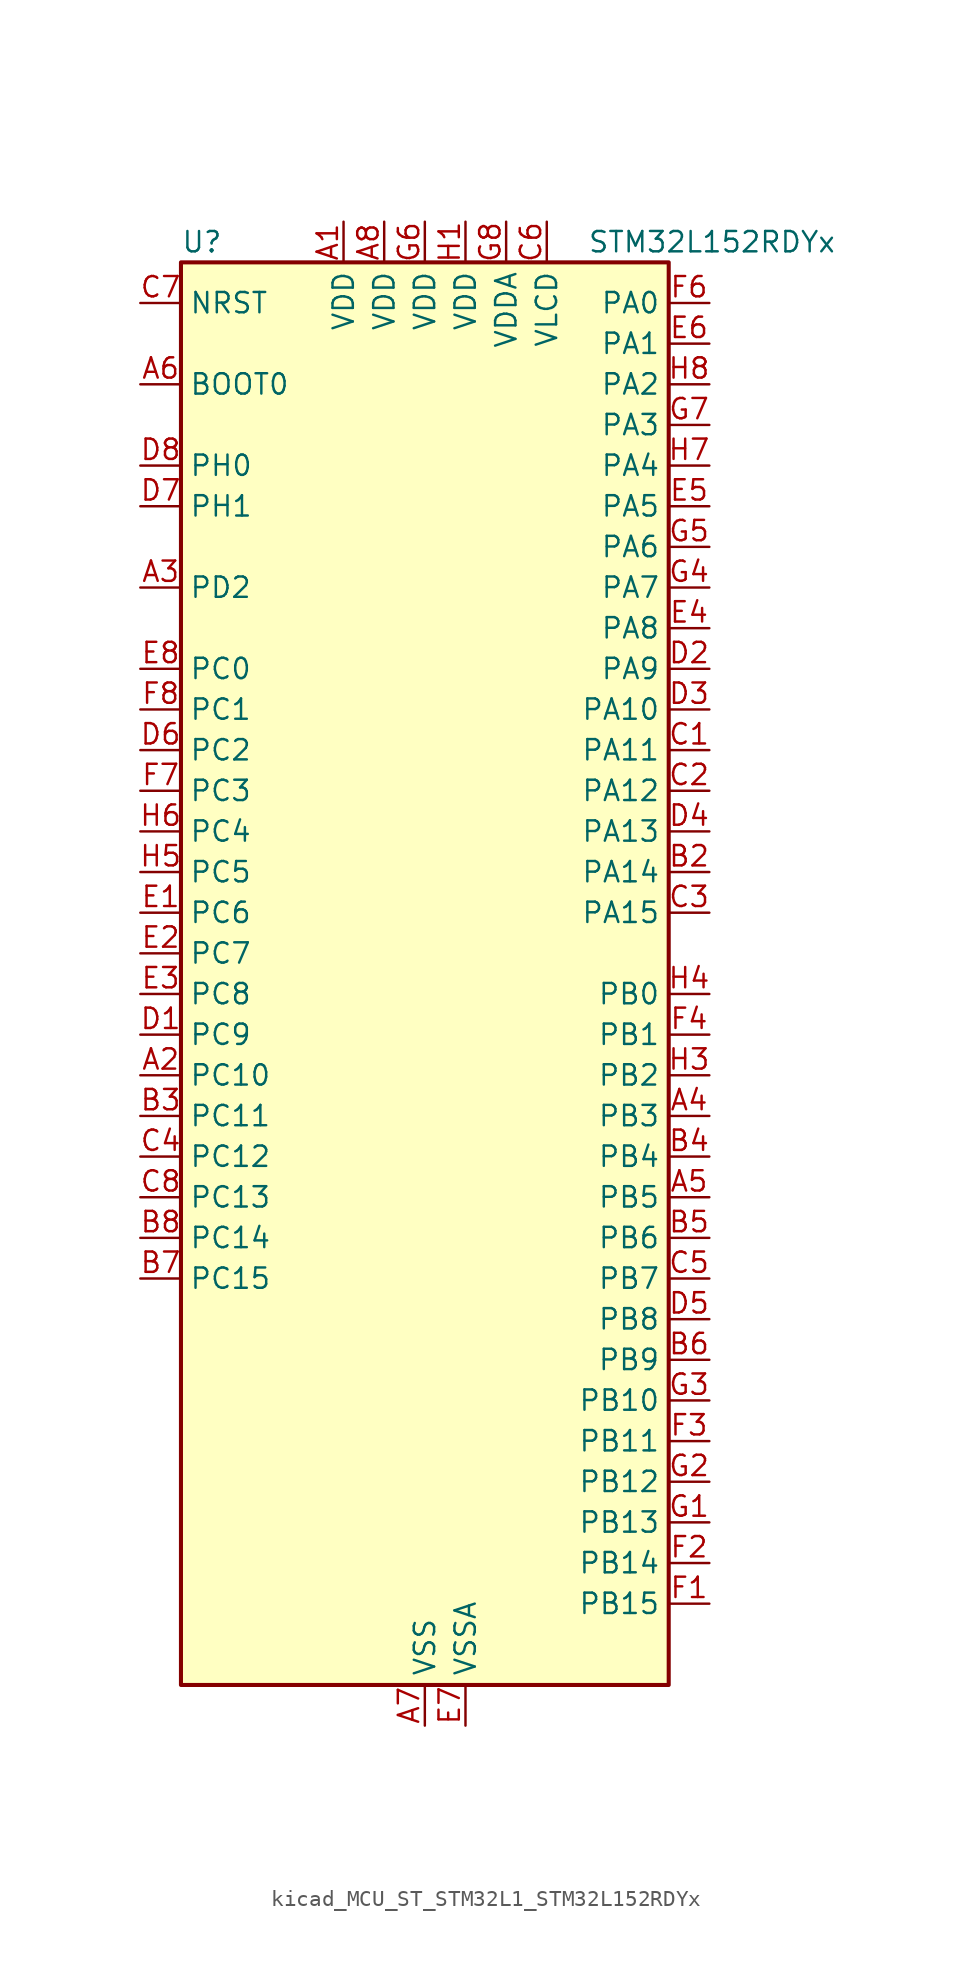
<source format=kicad_sym>
(kicad_symbol_lib
  (version 20220914)
  (generator kicad_symbol_editor)
  (symbol "kicad_MCU_ST_STM32L1_STM32L152RDYx"
    (property "Reference" "U"
      (at -15.24 46.99 0)
      (effects (font (size 1.27 1.27)) (justify left)))
    (property "Value" "STM32L152RDYx"
      (at 10.16 46.99 0)
      (effects (font (size 1.27 1.27)) (justify left)))
    (property "ki_locked" ""
      (at 0 0 0)
      (effects (font (size 1.27 1.27))))
    (symbol "kicad_MCU_ST_STM32L1_STM32L152RDYx_0_1"
      (rectangle (start -15.24 -43.18) (end 15.24 45.72) (stroke (width 0.254) (type default)) (fill (type background))))
    (symbol "kicad_MCU_ST_STM32L1_STM32L152RDYx_1_1"
      (pin power_in line (at -5.08 48.26 270) (length 2.54) (name "VDD" (effects (font (size 1.27 1.27)))) (number "A1" (effects (font (size 1.27 1.27)))))
      (pin bidirectional line (at -17.78 -5.08 0) (length 2.54) (name "PC10" (effects (font (size 1.27 1.27)))) (number "A2" (effects (font (size 1.27 1.27)))) (alternate "I2S3_CK" bidirectional line) (alternate "LCD_COM4" bidirectional line) (alternate "LCD_SEG28" bidirectional line) (alternate "LCD_SEG40" bidirectional line) (alternate "SDIO_D2" bidirectional line) (alternate "SPI3_SCK" bidirectional line) (alternate "TIMX_IC3" bidirectional line) (alternate "UART4_TX" bidirectional line) (alternate "USART3_TX" bidirectional line))
      (pin bidirectional line (at -17.78 25.4 0) (length 2.54) (name "PD2" (effects (font (size 1.27 1.27)))) (number "A3" (effects (font (size 1.27 1.27)))) (alternate "LCD_COM7" bidirectional line) (alternate "LCD_SEG31" bidirectional line) (alternate "LCD_SEG43" bidirectional line) (alternate "SDIO_CMD" bidirectional line) (alternate "TIM3_ETR" bidirectional line) (alternate "TIMX_IC3" bidirectional line) (alternate "UART5_RX" bidirectional line))
      (pin bidirectional line (at 17.78 -7.62 180) (length 2.54) (name "PB3" (effects (font (size 1.27 1.27)))) (number "A4" (effects (font (size 1.27 1.27)))) (alternate "COMP2_INM" bidirectional line) (alternate "I2S3_CK" bidirectional line) (alternate "LCD_SEG7" bidirectional line) (alternate "SPI1_SCK" bidirectional line) (alternate "SPI3_SCK" bidirectional line) (alternate "SYS_JTDO-TRACESWO" bidirectional line) (alternate "TIM2_CH2" bidirectional line))
      (pin bidirectional line (at 17.78 -12.7 180) (length 2.54) (name "PB5" (effects (font (size 1.27 1.27)))) (number "A5" (effects (font (size 1.27 1.27)))) (alternate "COMP2_INP" bidirectional line) (alternate "I2C1_SMBA" bidirectional line) (alternate "I2S3_SD" bidirectional line) (alternate "LCD_SEG9" bidirectional line) (alternate "SPI1_MOSI" bidirectional line) (alternate "SPI3_MOSI" bidirectional line) (alternate "TIM3_CH2" bidirectional line) (alternate "TS_G6_IO2" bidirectional line))
      (pin input line (at -17.78 38.1 0) (length 2.54) (name "BOOT0" (effects (font (size 1.27 1.27)))) (number "A6" (effects (font (size 1.27 1.27)))))
      (pin power_in line (at 0 -45.72 90) (length 2.54) (name "VSS" (effects (font (size 1.27 1.27)))) (number "A7" (effects (font (size 1.27 1.27)))))
      (pin power_in line (at -2.54 48.26 270) (length 2.54) (name "VDD" (effects (font (size 1.27 1.27)))) (number "A8" (effects (font (size 1.27 1.27)))))
      (pin passive line (at 0 -45.72 90) (length 2.54) hide (name "VSS" (effects (font (size 1.27 1.27)))) (number "B1" (effects (font (size 1.27 1.27)))))
      (pin bidirectional line (at 17.78 7.62 180) (length 2.54) (name "PA14" (effects (font (size 1.27 1.27)))) (number "B2" (effects (font (size 1.27 1.27)))) (alternate "SYS_JTCK-SWCLK" bidirectional line) (alternate "TIMX_IC3" bidirectional line) (alternate "TS_G5_IO2" bidirectional line))
      (pin bidirectional line (at -17.78 -7.62 0) (length 2.54) (name "PC11" (effects (font (size 1.27 1.27)))) (number "B3" (effects (font (size 1.27 1.27)))) (alternate "ADC_EXTI11" bidirectional line) (alternate "LCD_COM5" bidirectional line) (alternate "LCD_SEG29" bidirectional line) (alternate "LCD_SEG41" bidirectional line) (alternate "SDIO_D3" bidirectional line) (alternate "SPI3_MISO" bidirectional line) (alternate "TIMX_IC4" bidirectional line) (alternate "UART4_RX" bidirectional line) (alternate "USART3_RX" bidirectional line))
      (pin bidirectional line (at 17.78 -10.16 180) (length 2.54) (name "PB4" (effects (font (size 1.27 1.27)))) (number "B4" (effects (font (size 1.27 1.27)))) (alternate "COMP2_INP" bidirectional line) (alternate "LCD_SEG8" bidirectional line) (alternate "SPI1_MISO" bidirectional line) (alternate "SPI3_MISO" bidirectional line) (alternate "SYS_JTRST" bidirectional line) (alternate "TIM3_CH1" bidirectional line) (alternate "TS_G6_IO1" bidirectional line))
      (pin bidirectional line (at 17.78 -15.24 180) (length 2.54) (name "PB6" (effects (font (size 1.27 1.27)))) (number "B5" (effects (font (size 1.27 1.27)))) (alternate "COMP2_INP" bidirectional line) (alternate "I2C1_SCL" bidirectional line) (alternate "TIM4_CH1" bidirectional line) (alternate "TS_G6_IO3" bidirectional line) (alternate "USART1_TX" bidirectional line))
      (pin bidirectional line (at 17.78 -22.86 180) (length 2.54) (name "PB9" (effects (font (size 1.27 1.27)))) (number "B6" (effects (font (size 1.27 1.27)))) (alternate "DAC_EXTI9" bidirectional line) (alternate "I2C1_SDA" bidirectional line) (alternate "LCD_COM3" bidirectional line) (alternate "SDIO_D5" bidirectional line) (alternate "TIM11_CH1" bidirectional line) (alternate "TIM4_CH4" bidirectional line))
      (pin bidirectional line (at -17.78 -17.78 0) (length 2.54) (name "PC15" (effects (font (size 1.27 1.27)))) (number "B7" (effects (font (size 1.27 1.27)))) (alternate "ADC_EXTI15" bidirectional line) (alternate "RCC_OSC32_OUT" bidirectional line) (alternate "TIMX_IC4" bidirectional line))
      (pin bidirectional line (at -17.78 -15.24 0) (length 2.54) (name "PC14" (effects (font (size 1.27 1.27)))) (number "B8" (effects (font (size 1.27 1.27)))) (alternate "RCC_OSC32_IN" bidirectional line) (alternate "TIMX_IC3" bidirectional line))
      (pin bidirectional line (at 17.78 15.24 180) (length 2.54) (name "PA11" (effects (font (size 1.27 1.27)))) (number "C1" (effects (font (size 1.27 1.27)))) (alternate "ADC_EXTI11" bidirectional line) (alternate "SPI1_MISO" bidirectional line) (alternate "TIMX_IC4" bidirectional line) (alternate "USART1_CTS" bidirectional line) (alternate "USB_DM" bidirectional line))
      (pin bidirectional line (at 17.78 12.7 180) (length 2.54) (name "PA12" (effects (font (size 1.27 1.27)))) (number "C2" (effects (font (size 1.27 1.27)))) (alternate "SPI1_MOSI" bidirectional line) (alternate "TIMX_IC1" bidirectional line) (alternate "USART1_RTS" bidirectional line) (alternate "USB_DP" bidirectional line))
      (pin bidirectional line (at 17.78 5.08 180) (length 2.54) (name "PA15" (effects (font (size 1.27 1.27)))) (number "C3" (effects (font (size 1.27 1.27)))) (alternate "ADC_EXTI15" bidirectional line) (alternate "I2S3_WS" bidirectional line) (alternate "LCD_SEG17" bidirectional line) (alternate "SPI1_NSS" bidirectional line) (alternate "SPI3_NSS" bidirectional line) (alternate "SYS_JTDI" bidirectional line) (alternate "TIM2_CH1" bidirectional line) (alternate "TIM2_ETR" bidirectional line) (alternate "TIMX_IC4" bidirectional line) (alternate "TS_G5_IO3" bidirectional line))
      (pin bidirectional line (at -17.78 -10.16 0) (length 2.54) (name "PC12" (effects (font (size 1.27 1.27)))) (number "C4" (effects (font (size 1.27 1.27)))) (alternate "I2S3_SD" bidirectional line) (alternate "LCD_COM6" bidirectional line) (alternate "LCD_SEG30" bidirectional line) (alternate "LCD_SEG42" bidirectional line) (alternate "SDIO_CK" bidirectional line) (alternate "SPI3_MOSI" bidirectional line) (alternate "TIMX_IC1" bidirectional line) (alternate "UART5_TX" bidirectional line) (alternate "USART3_CK" bidirectional line))
      (pin bidirectional line (at 17.78 -17.78 180) (length 2.54) (name "PB7" (effects (font (size 1.27 1.27)))) (number "C5" (effects (font (size 1.27 1.27)))) (alternate "COMP2_INP" bidirectional line) (alternate "I2C1_SDA" bidirectional line) (alternate "SYS_PVD_IN" bidirectional line) (alternate "TIM4_CH2" bidirectional line) (alternate "TS_G6_IO4" bidirectional line) (alternate "USART1_RX" bidirectional line))
      (pin power_in line (at 7.62 48.26 270) (length 2.54) (name "VLCD" (effects (font (size 1.27 1.27)))) (number "C6" (effects (font (size 1.27 1.27)))))
      (pin input line (at -17.78 43.18 0) (length 2.54) (name "NRST" (effects (font (size 1.27 1.27)))) (number "C7" (effects (font (size 1.27 1.27)))))
      (pin bidirectional line (at -17.78 -12.7 0) (length 2.54) (name "PC13" (effects (font (size 1.27 1.27)))) (number "C8" (effects (font (size 1.27 1.27)))) (alternate "RTC_OUT_ALARM" bidirectional line) (alternate "RTC_OUT_CALIB" bidirectional line) (alternate "RTC_TAMP1" bidirectional line) (alternate "RTC_TS" bidirectional line) (alternate "SYS_WKUP2" bidirectional line) (alternate "TIMX_IC2" bidirectional line))
      (pin bidirectional line (at -17.78 -2.54 0) (length 2.54) (name "PC9" (effects (font (size 1.27 1.27)))) (number "D1" (effects (font (size 1.27 1.27)))) (alternate "DAC_EXTI9" bidirectional line) (alternate "LCD_SEG27" bidirectional line) (alternate "SDIO_D1" bidirectional line) (alternate "TIM3_CH4" bidirectional line) (alternate "TIMX_IC2" bidirectional line) (alternate "TS_G10_IO4" bidirectional line))
      (pin bidirectional line (at 17.78 20.32 180) (length 2.54) (name "PA9" (effects (font (size 1.27 1.27)))) (number "D2" (effects (font (size 1.27 1.27)))) (alternate "DAC_EXTI9" bidirectional line) (alternate "LCD_COM1" bidirectional line) (alternate "TIMX_IC2" bidirectional line) (alternate "TS_G4_IO2" bidirectional line) (alternate "USART1_TX" bidirectional line))
      (pin bidirectional line (at 17.78 17.78 180) (length 2.54) (name "PA10" (effects (font (size 1.27 1.27)))) (number "D3" (effects (font (size 1.27 1.27)))) (alternate "LCD_COM2" bidirectional line) (alternate "TIMX_IC3" bidirectional line) (alternate "TS_G4_IO3" bidirectional line) (alternate "USART1_RX" bidirectional line))
      (pin bidirectional line (at 17.78 10.16 180) (length 2.54) (name "PA13" (effects (font (size 1.27 1.27)))) (number "D4" (effects (font (size 1.27 1.27)))) (alternate "SYS_JTMS-SWDIO" bidirectional line) (alternate "TIMX_IC2" bidirectional line) (alternate "TS_G5_IO1" bidirectional line))
      (pin bidirectional line (at 17.78 -20.32 180) (length 2.54) (name "PB8" (effects (font (size 1.27 1.27)))) (number "D5" (effects (font (size 1.27 1.27)))) (alternate "I2C1_SCL" bidirectional line) (alternate "LCD_SEG16" bidirectional line) (alternate "SDIO_D4" bidirectional line) (alternate "TIM10_CH1" bidirectional line) (alternate "TIM4_CH3" bidirectional line))
      (pin bidirectional line (at -17.78 15.24 0) (length 2.54) (name "PC2" (effects (font (size 1.27 1.27)))) (number "D6" (effects (font (size 1.27 1.27)))) (alternate "ADC_IN12" bidirectional line) (alternate "COMP1_INP" bidirectional line) (alternate "LCD_SEG20" bidirectional line) (alternate "OPAMP3_VINM" bidirectional line) (alternate "TIMX_IC3" bidirectional line) (alternate "TS_G8_IO3" bidirectional line))
      (pin bidirectional line (at -17.78 30.48 0) (length 2.54) (name "PH1" (effects (font (size 1.27 1.27)))) (number "D7" (effects (font (size 1.27 1.27)))) (alternate "RCC_OSC_OUT" bidirectional line))
      (pin bidirectional line (at -17.78 33.02 0) (length 2.54) (name "PH0" (effects (font (size 1.27 1.27)))) (number "D8" (effects (font (size 1.27 1.27)))) (alternate "RCC_OSC_IN" bidirectional line))
      (pin bidirectional line (at -17.78 5.08 0) (length 2.54) (name "PC6" (effects (font (size 1.27 1.27)))) (number "E1" (effects (font (size 1.27 1.27)))) (alternate "I2S2_MCK" bidirectional line) (alternate "LCD_SEG24" bidirectional line) (alternate "SDIO_D6" bidirectional line) (alternate "TIM3_CH1" bidirectional line) (alternate "TIMX_IC3" bidirectional line) (alternate "TS_G10_IO1" bidirectional line))
      (pin bidirectional line (at -17.78 2.54 0) (length 2.54) (name "PC7" (effects (font (size 1.27 1.27)))) (number "E2" (effects (font (size 1.27 1.27)))) (alternate "I2S3_MCK" bidirectional line) (alternate "LCD_SEG25" bidirectional line) (alternate "SDIO_D7" bidirectional line) (alternate "TIM3_CH2" bidirectional line) (alternate "TIMX_IC4" bidirectional line) (alternate "TS_G10_IO2" bidirectional line))
      (pin bidirectional line (at -17.78 0 0) (length 2.54) (name "PC8" (effects (font (size 1.27 1.27)))) (number "E3" (effects (font (size 1.27 1.27)))) (alternate "LCD_SEG26" bidirectional line) (alternate "SDIO_D0" bidirectional line) (alternate "TIM3_CH3" bidirectional line) (alternate "TIMX_IC1" bidirectional line) (alternate "TS_G10_IO3" bidirectional line))
      (pin bidirectional line (at 17.78 22.86 180) (length 2.54) (name "PA8" (effects (font (size 1.27 1.27)))) (number "E4" (effects (font (size 1.27 1.27)))) (alternate "LCD_COM0" bidirectional line) (alternate "RCC_MCO" bidirectional line) (alternate "TIMX_IC1" bidirectional line) (alternate "TS_G4_IO1" bidirectional line) (alternate "USART1_CK" bidirectional line))
      (pin bidirectional line (at 17.78 30.48 180) (length 2.54) (name "PA5" (effects (font (size 1.27 1.27)))) (number "E5" (effects (font (size 1.27 1.27)))) (alternate "ADC_IN5" bidirectional line) (alternate "COMP1_INP" bidirectional line) (alternate "DAC_OUT2" bidirectional line) (alternate "SPI1_SCK" bidirectional line) (alternate "TIM2_CH1" bidirectional line) (alternate "TIM2_ETR" bidirectional line) (alternate "TIMX_IC2" bidirectional line))
      (pin bidirectional line (at 17.78 40.64 180) (length 2.54) (name "PA1" (effects (font (size 1.27 1.27)))) (number "E6" (effects (font (size 1.27 1.27)))) (alternate "ADC_IN1" bidirectional line) (alternate "COMP1_INP" bidirectional line) (alternate "LCD_SEG0" bidirectional line) (alternate "OPAMP1_VINP" bidirectional line) (alternate "TIM2_CH2" bidirectional line) (alternate "TIM5_CH2" bidirectional line) (alternate "TIMX_IC2" bidirectional line) (alternate "TS_G1_IO2" bidirectional line) (alternate "USART2_RTS" bidirectional line))
      (pin power_in line (at 2.54 -45.72 90) (length 2.54) (name "VSSA" (effects (font (size 1.27 1.27)))) (number "E7" (effects (font (size 1.27 1.27)))))
      (pin bidirectional line (at -17.78 20.32 0) (length 2.54) (name "PC0" (effects (font (size 1.27 1.27)))) (number "E8" (effects (font (size 1.27 1.27)))) (alternate "ADC_IN10" bidirectional line) (alternate "COMP1_INP" bidirectional line) (alternate "LCD_SEG18" bidirectional line) (alternate "TIMX_IC1" bidirectional line) (alternate "TS_G8_IO1" bidirectional line))
      (pin bidirectional line (at 17.78 -38.1 180) (length 2.54) (name "PB15" (effects (font (size 1.27 1.27)))) (number "F1" (effects (font (size 1.27 1.27)))) (alternate "ADC_EXTI15" bidirectional line) (alternate "ADC_IN21" bidirectional line) (alternate "COMP1_INP" bidirectional line) (alternate "I2S2_SD" bidirectional line) (alternate "LCD_SEG15" bidirectional line) (alternate "RTC_REFIN" bidirectional line) (alternate "SPI2_MOSI" bidirectional line) (alternate "TIM11_CH1" bidirectional line) (alternate "TS_G7_IO4" bidirectional line))
      (pin bidirectional line (at 17.78 -35.56 180) (length 2.54) (name "PB14" (effects (font (size 1.27 1.27)))) (number "F2" (effects (font (size 1.27 1.27)))) (alternate "ADC_IN20" bidirectional line) (alternate "COMP1_INP" bidirectional line) (alternate "LCD_SEG14" bidirectional line) (alternate "SPI2_MISO" bidirectional line) (alternate "TIM9_CH2" bidirectional line) (alternate "TS_G7_IO3" bidirectional line) (alternate "USART3_RTS" bidirectional line))
      (pin bidirectional line (at 17.78 -27.94 180) (length 2.54) (name "PB11" (effects (font (size 1.27 1.27)))) (number "F3" (effects (font (size 1.27 1.27)))) (alternate "ADC_EXTI11" bidirectional line) (alternate "I2C2_SDA" bidirectional line) (alternate "LCD_SEG11" bidirectional line) (alternate "TIM2_CH4" bidirectional line) (alternate "USART3_RX" bidirectional line))
      (pin bidirectional line (at 17.78 -2.54 180) (length 2.54) (name "PB1" (effects (font (size 1.27 1.27)))) (number "F4" (effects (font (size 1.27 1.27)))) (alternate "ADC_IN9" bidirectional line) (alternate "COMP1_INP" bidirectional line) (alternate "LCD_SEG6" bidirectional line) (alternate "SYS_V_REF_OUT" bidirectional line) (alternate "TIM3_CH4" bidirectional line) (alternate "TS_G3_IO2" bidirectional line))
      (pin passive line (at 0 -45.72 90) (length 2.54) hide (name "VSS" (effects (font (size 1.27 1.27)))) (number "F5" (effects (font (size 1.27 1.27)))))
      (pin bidirectional line (at 17.78 43.18 180) (length 2.54) (name "PA0" (effects (font (size 1.27 1.27)))) (number "F6" (effects (font (size 1.27 1.27)))) (alternate "ADC_IN0" bidirectional line) (alternate "COMP1_INP" bidirectional line) (alternate "RTC_TAMP2" bidirectional line) (alternate "SYS_WKUP1" bidirectional line) (alternate "TIM2_CH1" bidirectional line) (alternate "TIM2_ETR" bidirectional line) (alternate "TIM5_CH1" bidirectional line) (alternate "TIMX_IC1" bidirectional line) (alternate "TS_G1_IO1" bidirectional line) (alternate "USART2_CTS" bidirectional line))
      (pin bidirectional line (at -17.78 12.7 0) (length 2.54) (name "PC3" (effects (font (size 1.27 1.27)))) (number "F7" (effects (font (size 1.27 1.27)))) (alternate "ADC_IN13" bidirectional line) (alternate "COMP1_INP" bidirectional line) (alternate "LCD_SEG21" bidirectional line) (alternate "OPAMP3_VOUT" bidirectional line) (alternate "TIMX_IC4" bidirectional line) (alternate "TS_G8_IO4" bidirectional line))
      (pin bidirectional line (at -17.78 17.78 0) (length 2.54) (name "PC1" (effects (font (size 1.27 1.27)))) (number "F8" (effects (font (size 1.27 1.27)))) (alternate "ADC_IN11" bidirectional line) (alternate "COMP1_INP" bidirectional line) (alternate "LCD_SEG19" bidirectional line) (alternate "OPAMP3_VINP" bidirectional line) (alternate "TIMX_IC2" bidirectional line) (alternate "TS_G8_IO2" bidirectional line))
      (pin bidirectional line (at 17.78 -33.02 180) (length 2.54) (name "PB13" (effects (font (size 1.27 1.27)))) (number "G1" (effects (font (size 1.27 1.27)))) (alternate "ADC_IN19" bidirectional line) (alternate "COMP1_INP" bidirectional line) (alternate "I2S2_CK" bidirectional line) (alternate "LCD_SEG13" bidirectional line) (alternate "SPI2_SCK" bidirectional line) (alternate "TIM9_CH1" bidirectional line) (alternate "TS_G7_IO2" bidirectional line) (alternate "USART3_CTS" bidirectional line))
      (pin bidirectional line (at 17.78 -30.48 180) (length 2.54) (name "PB12" (effects (font (size 1.27 1.27)))) (number "G2" (effects (font (size 1.27 1.27)))) (alternate "ADC_IN18" bidirectional line) (alternate "COMP1_INP" bidirectional line) (alternate "I2C2_SMBA" bidirectional line) (alternate "I2S2_WS" bidirectional line) (alternate "LCD_SEG12" bidirectional line) (alternate "SPI2_NSS" bidirectional line) (alternate "TIM10_CH1" bidirectional line) (alternate "TS_G7_IO1" bidirectional line) (alternate "USART3_CK" bidirectional line))
      (pin bidirectional line (at 17.78 -25.4 180) (length 2.54) (name "PB10" (effects (font (size 1.27 1.27)))) (number "G3" (effects (font (size 1.27 1.27)))) (alternate "I2C2_SCL" bidirectional line) (alternate "LCD_SEG10" bidirectional line) (alternate "TIM2_CH3" bidirectional line) (alternate "USART3_TX" bidirectional line))
      (pin bidirectional line (at 17.78 25.4 180) (length 2.54) (name "PA7" (effects (font (size 1.27 1.27)))) (number "G4" (effects (font (size 1.27 1.27)))) (alternate "ADC_IN7" bidirectional line) (alternate "COMP1_INP" bidirectional line) (alternate "LCD_SEG4" bidirectional line) (alternate "OPAMP2_VINM" bidirectional line) (alternate "SPI1_MOSI" bidirectional line) (alternate "TIM11_CH1" bidirectional line) (alternate "TIM3_CH2" bidirectional line) (alternate "TIMX_IC4" bidirectional line) (alternate "TS_G2_IO2" bidirectional line))
      (pin bidirectional line (at 17.78 27.94 180) (length 2.54) (name "PA6" (effects (font (size 1.27 1.27)))) (number "G5" (effects (font (size 1.27 1.27)))) (alternate "ADC_IN6" bidirectional line) (alternate "COMP1_INP" bidirectional line) (alternate "LCD_SEG3" bidirectional line) (alternate "OPAMP2_VINP" bidirectional line) (alternate "SPI1_MISO" bidirectional line) (alternate "TIM10_CH1" bidirectional line) (alternate "TIM3_CH1" bidirectional line) (alternate "TIMX_IC3" bidirectional line) (alternate "TS_G2_IO1" bidirectional line))
      (pin power_in line (at 0 48.26 270) (length 2.54) (name "VDD" (effects (font (size 1.27 1.27)))) (number "G6" (effects (font (size 1.27 1.27)))))
      (pin bidirectional line (at 17.78 35.56 180) (length 2.54) (name "PA3" (effects (font (size 1.27 1.27)))) (number "G7" (effects (font (size 1.27 1.27)))) (alternate "ADC_IN3" bidirectional line) (alternate "COMP1_INP" bidirectional line) (alternate "LCD_SEG2" bidirectional line) (alternate "OPAMP1_VOUT" bidirectional line) (alternate "TIM2_CH4" bidirectional line) (alternate "TIM5_CH4" bidirectional line) (alternate "TIM9_CH2" bidirectional line) (alternate "TIMX_IC4" bidirectional line) (alternate "TS_G1_IO4" bidirectional line) (alternate "USART2_RX" bidirectional line))
      (pin power_in line (at 5.08 48.26 270) (length 2.54) (name "VDDA" (effects (font (size 1.27 1.27)))) (number "G8" (effects (font (size 1.27 1.27)))))
      (pin power_in line (at 2.54 48.26 270) (length 2.54) (name "VDD" (effects (font (size 1.27 1.27)))) (number "H1" (effects (font (size 1.27 1.27)))))
      (pin passive line (at 0 -45.72 90) (length 2.54) hide (name "VSS" (effects (font (size 1.27 1.27)))) (number "H2" (effects (font (size 1.27 1.27)))))
      (pin bidirectional line (at 17.78 -5.08 180) (length 2.54) (name "PB2" (effects (font (size 1.27 1.27)))) (number "H3" (effects (font (size 1.27 1.27)))) (alternate "TS_G3_IO3" bidirectional line))
      (pin bidirectional line (at 17.78 0 180) (length 2.54) (name "PB0" (effects (font (size 1.27 1.27)))) (number "H4" (effects (font (size 1.27 1.27)))) (alternate "ADC_IN8" bidirectional line) (alternate "COMP1_INP" bidirectional line) (alternate "LCD_SEG5" bidirectional line) (alternate "OPAMP2_VOUT" bidirectional line) (alternate "SYS_V_REF_OUT" bidirectional line) (alternate "TIM3_CH3" bidirectional line) (alternate "TS_G3_IO1" bidirectional line))
      (pin bidirectional line (at -17.78 7.62 0) (length 2.54) (name "PC5" (effects (font (size 1.27 1.27)))) (number "H5" (effects (font (size 1.27 1.27)))) (alternate "ADC_IN15" bidirectional line) (alternate "COMP1_INP" bidirectional line) (alternate "LCD_SEG23" bidirectional line) (alternate "TIMX_IC2" bidirectional line) (alternate "TS_G9_IO2" bidirectional line))
      (pin bidirectional line (at -17.78 10.16 0) (length 2.54) (name "PC4" (effects (font (size 1.27 1.27)))) (number "H6" (effects (font (size 1.27 1.27)))) (alternate "ADC_IN14" bidirectional line) (alternate "COMP1_INP" bidirectional line) (alternate "LCD_SEG22" bidirectional line) (alternate "TIMX_IC1" bidirectional line) (alternate "TS_G9_IO1" bidirectional line))
      (pin bidirectional line (at 17.78 33.02 180) (length 2.54) (name "PA4" (effects (font (size 1.27 1.27)))) (number "H7" (effects (font (size 1.27 1.27)))) (alternate "ADC_IN4" bidirectional line) (alternate "COMP1_INP" bidirectional line) (alternate "DAC_OUT1" bidirectional line) (alternate "I2S3_WS" bidirectional line) (alternate "SPI1_NSS" bidirectional line) (alternate "SPI3_NSS" bidirectional line) (alternate "TIMX_IC1" bidirectional line) (alternate "USART2_CK" bidirectional line))
      (pin bidirectional line (at 17.78 38.1 180) (length 2.54) (name "PA2" (effects (font (size 1.27 1.27)))) (number "H8" (effects (font (size 1.27 1.27)))) (alternate "ADC_IN2" bidirectional line) (alternate "COMP1_INP" bidirectional line) (alternate "LCD_SEG1" bidirectional line) (alternate "OPAMP1_VINM" bidirectional line) (alternate "TIM2_CH3" bidirectional line) (alternate "TIM5_CH3" bidirectional line) (alternate "TIM9_CH1" bidirectional line) (alternate "TIMX_IC3" bidirectional line) (alternate "TS_G1_IO3" bidirectional line) (alternate "USART2_TX" bidirectional line)))))
</source>
